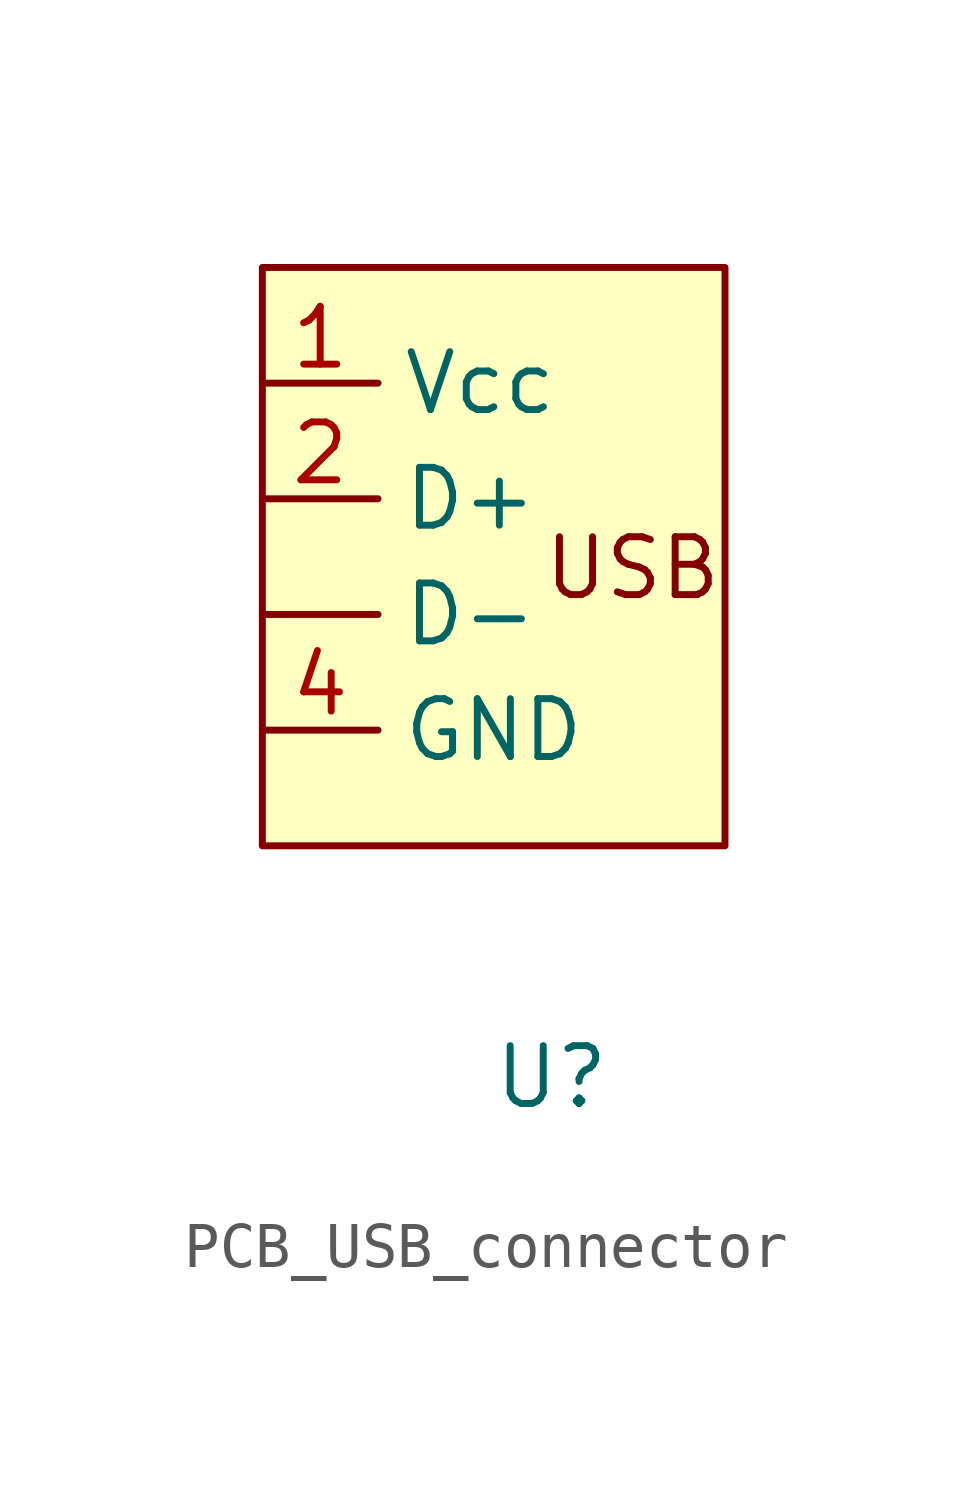
<source format=kicad_sym>
(kicad_symbol_lib
  (version 20231120)
  (generator "kicad_symbol_editor")
  (generator_version "8.0")
  (symbol "PCB_USB_connector"
    (property "Reference" "U"
      (at 0 0 0)
      (effects (font (size 1.27 1.27))))
    (property "Value" ""
      (at 0 0 0)
      (effects (font (size 1.27 1.27))))
    (symbol "PCB_USB_connector_1_1"
      (rectangle (start -6.35 17.78) (end 3.81 5.08) (stroke (width 0) (type default)) (fill (type background)))
      (text "USB" (at 1.778 11.176 0) (effects (font (size 1.27 1.27))))
      (pin bidirectional line (at -6.35 10.16 0) (length 2.54) (name "D-" (effects (font (size 1.27 1.27)))) (number "" (effects (font (size 1.27 1.27)))))
      (pin power_in line (at -6.35 15.24 0) (length 2.54) (name "Vcc" (effects (font (size 1.27 1.27)))) (number "1" (effects (font (size 1.27 1.27)))))
      (pin bidirectional line (at -6.35 12.7 0) (length 2.54) (name "D+" (effects (font (size 1.27 1.27)))) (number "2" (effects (font (size 1.27 1.27)))))
      (pin power_in line (at -6.35 7.62 0) (length 2.54) (name "GND" (effects (font (size 1.27 1.27)))) (number "4" (effects (font (size 1.27 1.27))))))))
</source>
